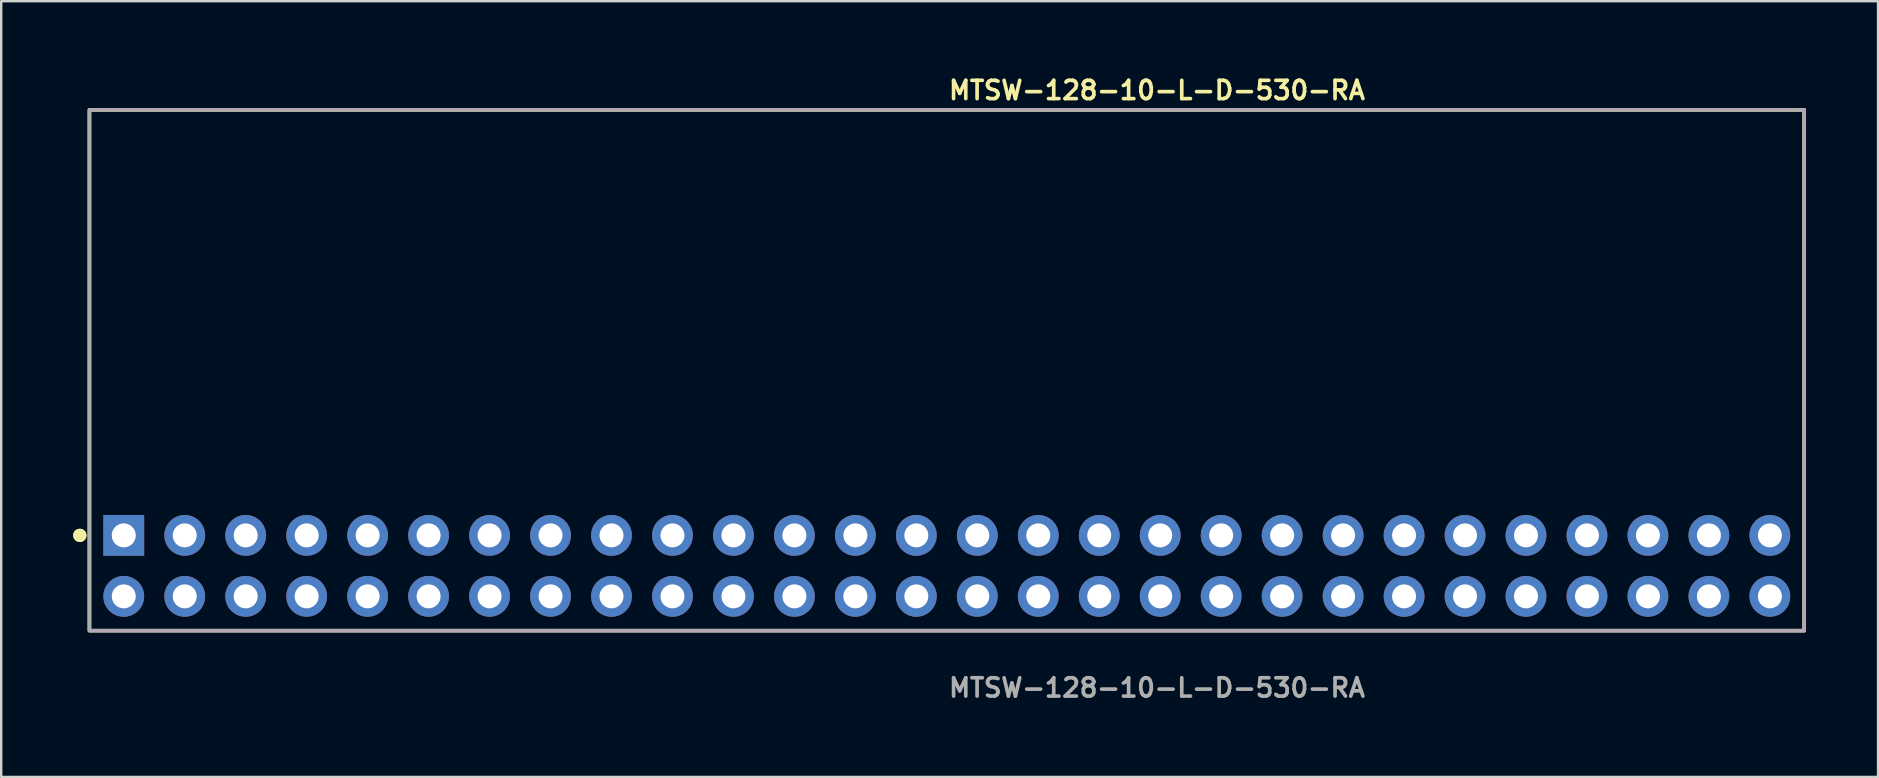
<source format=kicad_pcb>
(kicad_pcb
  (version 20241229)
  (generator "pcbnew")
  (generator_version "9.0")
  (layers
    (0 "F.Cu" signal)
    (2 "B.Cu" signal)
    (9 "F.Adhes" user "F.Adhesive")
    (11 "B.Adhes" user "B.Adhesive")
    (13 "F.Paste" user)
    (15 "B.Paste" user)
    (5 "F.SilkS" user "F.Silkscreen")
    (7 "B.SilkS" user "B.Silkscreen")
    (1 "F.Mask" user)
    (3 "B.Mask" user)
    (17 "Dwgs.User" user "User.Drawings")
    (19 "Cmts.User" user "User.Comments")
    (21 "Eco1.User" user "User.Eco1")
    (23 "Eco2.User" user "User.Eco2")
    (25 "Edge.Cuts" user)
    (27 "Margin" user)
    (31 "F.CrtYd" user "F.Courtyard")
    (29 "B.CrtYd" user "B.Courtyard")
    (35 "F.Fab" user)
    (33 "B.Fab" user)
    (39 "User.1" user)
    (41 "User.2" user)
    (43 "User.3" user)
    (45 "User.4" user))
  (footprint "MTSW-128-10-L-D-530-RA"
    (layer "F.Cu")
    (at 36.396 20.525)
    (property "Reference" "MTSW-128-10-L-D-530-RA" (at 0 -19.812 0) (unlocked yes) (layer "F.SilkS") (effects (font (size 0.762 0.762) (thickness 0.152)) (justify left)))
    (fp_rect (start -35.72 2.7) (end 35.72 -19) (stroke (width 0.152) (type solid)) (fill no) (layer "F.SilkS"))
    (fp_circle (center -36.12 -1.27) (end -36.32 -1.27) (stroke (width 0.152) (type solid)) (fill yes) (layer "F.SilkS"))
    (fp_circle (center -36.12 -1.27) (end -36.32 -1.27) (stroke (width 0.152) (type solid)) (fill yes) (layer "F.SilkS"))
    (fp_rect (start -35.72 2.7) (end 35.72 -19) (stroke (width 0.006) (type solid)) (fill no) (layer "F.CrtYd"))
    (fp_rect (start -35.72 2.7) (end 35.72 -19) (stroke (width 0.152) (type solid)) (fill no) (layer "F.Fab"))
    (fp_text user "${REFERENCE}" (at 0 5.08 0) (unlocked yes) (layer "F.Fab") (effects (font (size 0.762 0.762) (thickness 0.152)) (justify left)))
    (pad "1" thru_hole rect (at -34.29 -1.27) (size 1.7 1.7) (drill 1) (layers "*.Cu" "*.Mask"))
    (pad "2" thru_hole circle (at -34.29 1.27) (size 1.7 1.7) (drill 1) (layers "*.Cu" "*.Mask"))
    (pad "3" thru_hole circle (at -31.75 -1.27) (size 1.7 1.7) (drill 1) (layers "*.Cu" "*.Mask"))
    (pad "4" thru_hole circle (at -31.75 1.27) (size 1.7 1.7) (drill 1) (layers "*.Cu" "*.Mask"))
    (pad "5" thru_hole circle (at -29.21 -1.27) (size 1.7 1.7) (drill 1) (layers "*.Cu" "*.Mask"))
    (pad "6" thru_hole circle (at -29.21 1.27) (size 1.7 1.7) (drill 1) (layers "*.Cu" "*.Mask"))
    (pad "7" thru_hole circle (at -26.67 -1.27) (size 1.7 1.7) (drill 1) (layers "*.Cu" "*.Mask"))
    (pad "8" thru_hole circle (at -26.67 1.27) (size 1.7 1.7) (drill 1) (layers "*.Cu" "*.Mask"))
    (pad "9" thru_hole circle (at -24.13 -1.27) (size 1.7 1.7) (drill 1) (layers "*.Cu" "*.Mask"))
    (pad "10" thru_hole circle (at -24.13 1.27) (size 1.7 1.7) (drill 1) (layers "*.Cu" "*.Mask"))
    (pad "11" thru_hole circle (at -21.59 -1.27) (size 1.7 1.7) (drill 1) (layers "*.Cu" "*.Mask"))
    (pad "12" thru_hole circle (at -21.59 1.27) (size 1.7 1.7) (drill 1) (layers "*.Cu" "*.Mask"))
    (pad "13" thru_hole circle (at -19.05 -1.27) (size 1.7 1.7) (drill 1) (layers "*.Cu" "*.Mask"))
    (pad "14" thru_hole circle (at -19.05 1.27) (size 1.7 1.7) (drill 1) (layers "*.Cu" "*.Mask"))
    (pad "15" thru_hole circle (at -16.51 -1.27) (size 1.7 1.7) (drill 1) (layers "*.Cu" "*.Mask"))
    (pad "16" thru_hole circle (at -16.51 1.27) (size 1.7 1.7) (drill 1) (layers "*.Cu" "*.Mask"))
    (pad "17" thru_hole circle (at -13.97 -1.27) (size 1.7 1.7) (drill 1) (layers "*.Cu" "*.Mask"))
    (pad "18" thru_hole circle (at -13.97 1.27) (size 1.7 1.7) (drill 1) (layers "*.Cu" "*.Mask"))
    (pad "19" thru_hole circle (at -11.43 -1.27) (size 1.7 1.7) (drill 1) (layers "*.Cu" "*.Mask"))
    (pad "20" thru_hole circle (at -11.43 1.27) (size 1.7 1.7) (drill 1) (layers "*.Cu" "*.Mask"))
    (pad "21" thru_hole circle (at -8.89 -1.27) (size 1.7 1.7) (drill 1) (layers "*.Cu" "*.Mask"))
    (pad "22" thru_hole circle (at -8.89 1.27) (size 1.7 1.7) (drill 1) (layers "*.Cu" "*.Mask"))
    (pad "23" thru_hole circle (at -6.35 -1.27) (size 1.7 1.7) (drill 1) (layers "*.Cu" "*.Mask"))
    (pad "24" thru_hole circle (at -6.35 1.27) (size 1.7 1.7) (drill 1) (layers "*.Cu" "*.Mask"))
    (pad "25" thru_hole circle (at -3.81 -1.27) (size 1.7 1.7) (drill 1) (layers "*.Cu" "*.Mask"))
    (pad "26" thru_hole circle (at -3.81 1.27) (size 1.7 1.7) (drill 1) (layers "*.Cu" "*.Mask"))
    (pad "27" thru_hole circle (at -1.27 -1.27) (size 1.7 1.7) (drill 1) (layers "*.Cu" "*.Mask"))
    (pad "28" thru_hole circle (at -1.27 1.27) (size 1.7 1.7) (drill 1) (layers "*.Cu" "*.Mask"))
    (pad "29" thru_hole circle (at 1.27 -1.27) (size 1.7 1.7) (drill 1) (layers "*.Cu" "*.Mask"))
    (pad "30" thru_hole circle (at 1.27 1.27) (size 1.7 1.7) (drill 1) (layers "*.Cu" "*.Mask"))
    (pad "31" thru_hole circle (at 3.81 -1.27) (size 1.7 1.7) (drill 1) (layers "*.Cu" "*.Mask"))
    (pad "32" thru_hole circle (at 3.81 1.27) (size 1.7 1.7) (drill 1) (layers "*.Cu" "*.Mask"))
    (pad "33" thru_hole circle (at 6.35 -1.27) (size 1.7 1.7) (drill 1) (layers "*.Cu" "*.Mask"))
    (pad "34" thru_hole circle (at 6.35 1.27) (size 1.7 1.7) (drill 1) (layers "*.Cu" "*.Mask"))
    (pad "35" thru_hole circle (at 8.89 -1.27) (size 1.7 1.7) (drill 1) (layers "*.Cu" "*.Mask"))
    (pad "36" thru_hole circle (at 8.89 1.27) (size 1.7 1.7) (drill 1) (layers "*.Cu" "*.Mask"))
    (pad "37" thru_hole circle (at 11.43 -1.27) (size 1.7 1.7) (drill 1) (layers "*.Cu" "*.Mask"))
    (pad "38" thru_hole circle (at 11.43 1.27) (size 1.7 1.7) (drill 1) (layers "*.Cu" "*.Mask"))
    (pad "39" thru_hole circle (at 13.97 -1.27) (size 1.7 1.7) (drill 1) (layers "*.Cu" "*.Mask"))
    (pad "40" thru_hole circle (at 13.97 1.27) (size 1.7 1.7) (drill 1) (layers "*.Cu" "*.Mask"))
    (pad "41" thru_hole circle (at 16.51 -1.27) (size 1.7 1.7) (drill 1) (layers "*.Cu" "*.Mask"))
    (pad "42" thru_hole circle (at 16.51 1.27) (size 1.7 1.7) (drill 1) (layers "*.Cu" "*.Mask"))
    (pad "43" thru_hole circle (at 19.05 -1.27) (size 1.7 1.7) (drill 1) (layers "*.Cu" "*.Mask"))
    (pad "44" thru_hole circle (at 19.05 1.27) (size 1.7 1.7) (drill 1) (layers "*.Cu" "*.Mask"))
    (pad "45" thru_hole circle (at 21.59 -1.27) (size 1.7 1.7) (drill 1) (layers "*.Cu" "*.Mask"))
    (pad "46" thru_hole circle (at 21.59 1.27) (size 1.7 1.7) (drill 1) (layers "*.Cu" "*.Mask"))
    (pad "47" thru_hole circle (at 24.13 -1.27) (size 1.7 1.7) (drill 1) (layers "*.Cu" "*.Mask"))
    (pad "48" thru_hole circle (at 24.13 1.27) (size 1.7 1.7) (drill 1) (layers "*.Cu" "*.Mask"))
    (pad "49" thru_hole circle (at 26.67 -1.27) (size 1.7 1.7) (drill 1) (layers "*.Cu" "*.Mask"))
    (pad "50" thru_hole circle (at 26.67 1.27) (size 1.7 1.7) (drill 1) (layers "*.Cu" "*.Mask"))
    (pad "51" thru_hole circle (at 29.21 -1.27) (size 1.7 1.7) (drill 1) (layers "*.Cu" "*.Mask"))
    (pad "52" thru_hole circle (at 29.21 1.27) (size 1.7 1.7) (drill 1) (layers "*.Cu" "*.Mask"))
    (pad "53" thru_hole circle (at 31.75 -1.27) (size 1.7 1.7) (drill 1) (layers "*.Cu" "*.Mask"))
    (pad "54" thru_hole circle (at 31.75 1.27) (size 1.7 1.7) (drill 1) (layers "*.Cu" "*.Mask"))
    (pad "55" thru_hole circle (at 34.29 -1.27) (size 1.7 1.7) (drill 1) (layers "*.Cu" "*.Mask"))
    (pad "56" thru_hole circle (at 34.29 1.27) (size 1.7 1.7) (drill 1) (layers "*.Cu" "*.Mask")))
  (gr_rect
    (start -3 -3)
    (end 75.192 29.318)
    (stroke (width 0.1) (type default))
    (fill no)
    (layer "Edge.Cuts")))
</source>
